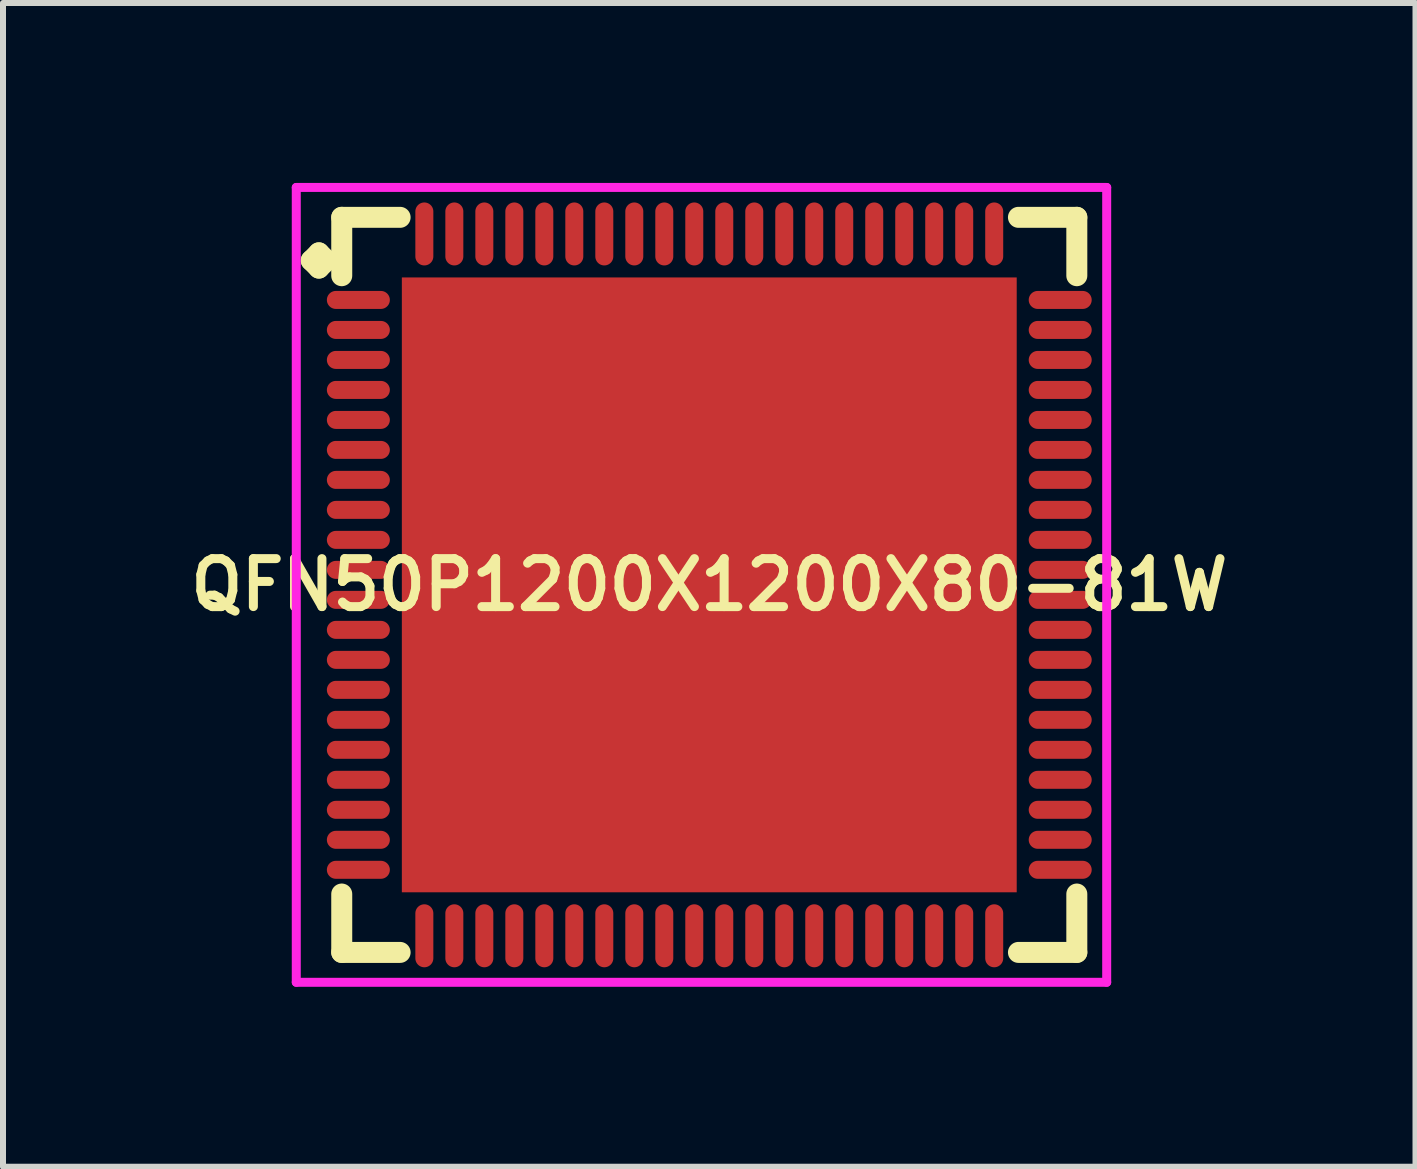
<source format=kicad_pcb>
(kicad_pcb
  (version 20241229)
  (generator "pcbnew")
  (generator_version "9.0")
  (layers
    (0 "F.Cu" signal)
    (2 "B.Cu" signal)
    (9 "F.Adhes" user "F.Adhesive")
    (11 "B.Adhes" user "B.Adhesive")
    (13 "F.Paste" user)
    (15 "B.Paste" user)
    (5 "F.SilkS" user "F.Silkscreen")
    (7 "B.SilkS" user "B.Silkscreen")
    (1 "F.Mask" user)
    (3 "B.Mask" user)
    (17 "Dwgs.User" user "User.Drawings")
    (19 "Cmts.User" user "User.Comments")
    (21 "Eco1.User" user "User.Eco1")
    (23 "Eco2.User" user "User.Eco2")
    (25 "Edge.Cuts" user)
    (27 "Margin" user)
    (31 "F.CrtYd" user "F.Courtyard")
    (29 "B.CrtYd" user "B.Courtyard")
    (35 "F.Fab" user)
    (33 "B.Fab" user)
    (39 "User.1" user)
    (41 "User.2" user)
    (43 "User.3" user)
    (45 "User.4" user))
  (footprint "QFN50P1200X1200X80-81W"
    (layer "F.Cu")
    (at 8.774 6.7)
    (property "Reference" "QFN50P1200X1200X80-81W" (at 0 0 0) (layer "F.SilkS") (effects (font (size 0.8 0.8) (thickness 0.15))))
    (attr smd)
    (fp_line (start -6.635 -5.408) (end -6.508 -5.535) (stroke (width 0.35) (type solid)) (layer "F.SilkS"))
    (fp_line (start -6.508 -5.535) (end -6.381 -5.408) (stroke (width 0.35) (type solid)) (layer "F.SilkS"))
    (fp_line (start -6.508 -5.281) (end -6.635 -5.408) (stroke (width 0.35) (type solid)) (layer "F.SilkS"))
    (fp_line (start -6.381 -5.408) (end -6.508 -5.281) (stroke (width 0.35) (type solid)) (layer "F.SilkS"))
    (fp_line (start -6.127 -6.127) (end -5.154 -6.127) (stroke (width 0.35) (type solid)) (layer "F.SilkS"))
    (fp_line (start -6.127 -5.154) (end -6.127 -6.127) (stroke (width 0.35) (type solid)) (layer "F.SilkS"))
    (fp_line (start -6.127 5.154) (end -6.127 6.127) (stroke (width 0.35) (type solid)) (layer "F.SilkS"))
    (fp_line (start -6.127 6.127) (end -5.154 6.127) (stroke (width 0.35) (type solid)) (layer "F.SilkS"))
    (fp_line (start 5.154 -6.127) (end 6.127 -6.127) (stroke (width 0.35) (type solid)) (layer "F.SilkS"))
    (fp_line (start 5.154 6.127) (end 6.127 6.127) (stroke (width 0.35) (type solid)) (layer "F.SilkS"))
    (fp_line (start 6.127 -6.127) (end 6.127 -5.154) (stroke (width 0.35) (type solid)) (layer "F.SilkS"))
    (fp_line (start 6.127 6.127) (end 6.127 5.154) (stroke (width 0.35) (type solid)) (layer "F.SilkS"))
    (fp_line (start -6.885 -6.625) (end 6.625 -6.625) (stroke (width 0.15) (type solid)) (layer "F.CrtYd"))
    (fp_line (start -6.885 6.625) (end -6.885 -6.625) (stroke (width 0.15) (type solid)) (layer "F.CrtYd"))
    (fp_line (start 6.625 -6.625) (end 6.625 6.625) (stroke (width 0.15) (type solid)) (layer "F.CrtYd"))
    (fp_line (start 6.625 6.625) (end -6.885 6.625) (stroke (width 0.15) (type solid)) (layer "F.CrtYd"))
    (pad "1" smd oval (at -5.85 -4.75) (size 1.05 0.3) (layers "F.Cu" "F.Mask" "F.Paste"))
    (pad "2" smd oval (at -5.85 -4.25) (size 1.05 0.3) (layers "F.Cu" "F.Mask" "F.Paste"))
    (pad "3" smd oval (at -5.85 -3.75) (size 1.05 0.3) (layers "F.Cu" "F.Mask" "F.Paste"))
    (pad "4" smd oval (at -5.85 -3.25) (size 1.05 0.3) (layers "F.Cu" "F.Mask" "F.Paste"))
    (pad "5" smd oval (at -5.85 -2.75) (size 1.05 0.3) (layers "F.Cu" "F.Mask" "F.Paste"))
    (pad "6" smd oval (at -5.85 -2.25) (size 1.05 0.3) (layers "F.Cu" "F.Mask" "F.Paste"))
    (pad "7" smd oval (at -5.85 -1.75) (size 1.05 0.3) (layers "F.Cu" "F.Mask" "F.Paste"))
    (pad "8" smd oval (at -5.85 -1.25) (size 1.05 0.3) (layers "F.Cu" "F.Mask" "F.Paste"))
    (pad "9" smd oval (at -5.85 -0.75) (size 1.05 0.3) (layers "F.Cu" "F.Mask" "F.Paste"))
    (pad "10" smd oval (at -5.85 -0.25) (size 1.05 0.3) (layers "F.Cu" "F.Mask" "F.Paste"))
    (pad "11" smd oval (at -5.85 0.25) (size 1.05 0.3) (layers "F.Cu" "F.Mask" "F.Paste"))
    (pad "12" smd oval (at -5.85 0.75) (size 1.05 0.3) (layers "F.Cu" "F.Mask" "F.Paste"))
    (pad "13" smd oval (at -5.85 1.25) (size 1.05 0.3) (layers "F.Cu" "F.Mask" "F.Paste"))
    (pad "14" smd oval (at -5.85 1.75) (size 1.05 0.3) (layers "F.Cu" "F.Mask" "F.Paste"))
    (pad "15" smd oval (at -5.85 2.25) (size 1.05 0.3) (layers "F.Cu" "F.Mask" "F.Paste"))
    (pad "16" smd oval (at -5.85 2.75) (size 1.05 0.3) (layers "F.Cu" "F.Mask" "F.Paste"))
    (pad "17" smd oval (at -5.85 3.25) (size 1.05 0.3) (layers "F.Cu" "F.Mask" "F.Paste"))
    (pad "18" smd oval (at -5.85 3.75) (size 1.05 0.3) (layers "F.Cu" "F.Mask" "F.Paste"))
    (pad "19" smd oval (at -5.85 4.25) (size 1.05 0.3) (layers "F.Cu" "F.Mask" "F.Paste"))
    (pad "20" smd oval (at -5.85 4.75) (size 1.05 0.3) (layers "F.Cu" "F.Mask" "F.Paste"))
    (pad "21" smd oval (at -4.75 5.85) (size 0.3 1.05) (layers "F.Cu" "F.Mask" "F.Paste"))
    (pad "22" smd oval (at -4.25 5.85) (size 0.3 1.05) (layers "F.Cu" "F.Mask" "F.Paste"))
    (pad "23" smd oval (at -3.75 5.85) (size 0.3 1.05) (layers "F.Cu" "F.Mask" "F.Paste"))
    (pad "24" smd oval (at -3.25 5.85) (size 0.3 1.05) (layers "F.Cu" "F.Mask" "F.Paste"))
    (pad "25" smd oval (at -2.75 5.85) (size 0.3 1.05) (layers "F.Cu" "F.Mask" "F.Paste"))
    (pad "26" smd oval (at -2.25 5.85) (size 0.3 1.05) (layers "F.Cu" "F.Mask" "F.Paste"))
    (pad "27" smd oval (at -1.75 5.85) (size 0.3 1.05) (layers "F.Cu" "F.Mask" "F.Paste"))
    (pad "28" smd oval (at -1.25 5.85) (size 0.3 1.05) (layers "F.Cu" "F.Mask" "F.Paste"))
    (pad "29" smd oval (at -0.75 5.85) (size 0.3 1.05) (layers "F.Cu" "F.Mask" "F.Paste"))
    (pad "30" smd oval (at -0.25 5.85) (size 0.3 1.05) (layers "F.Cu" "F.Mask" "F.Paste"))
    (pad "31" smd oval (at 0.25 5.85) (size 0.3 1.05) (layers "F.Cu" "F.Mask" "F.Paste"))
    (pad "32" smd oval (at 0.75 5.85) (size 0.3 1.05) (layers "F.Cu" "F.Mask" "F.Paste"))
    (pad "33" smd oval (at 1.25 5.85) (size 0.3 1.05) (layers "F.Cu" "F.Mask" "F.Paste"))
    (pad "34" smd oval (at 1.75 5.85) (size 0.3 1.05) (layers "F.Cu" "F.Mask" "F.Paste"))
    (pad "35" smd oval (at 2.25 5.85) (size 0.3 1.05) (layers "F.Cu" "F.Mask" "F.Paste"))
    (pad "36" smd oval (at 2.75 5.85) (size 0.3 1.05) (layers "F.Cu" "F.Mask" "F.Paste"))
    (pad "37" smd oval (at 3.25 5.85) (size 0.3 1.05) (layers "F.Cu" "F.Mask" "F.Paste"))
    (pad "38" smd oval (at 3.75 5.85) (size 0.3 1.05) (layers "F.Cu" "F.Mask" "F.Paste"))
    (pad "39" smd oval (at 4.25 5.85) (size 0.3 1.05) (layers "F.Cu" "F.Mask" "F.Paste"))
    (pad "40" smd oval (at 4.75 5.85) (size 0.3 1.05) (layers "F.Cu" "F.Mask" "F.Paste"))
    (pad "41" smd oval (at 5.85 4.75) (size 1.05 0.3) (layers "F.Cu" "F.Mask" "F.Paste"))
    (pad "42" smd oval (at 5.85 4.25) (size 1.05 0.3) (layers "F.Cu" "F.Mask" "F.Paste"))
    (pad "43" smd oval (at 5.85 3.75) (size 1.05 0.3) (layers "F.Cu" "F.Mask" "F.Paste"))
    (pad "44" smd oval (at 5.85 3.25) (size 1.05 0.3) (layers "F.Cu" "F.Mask" "F.Paste"))
    (pad "45" smd oval (at 5.85 2.75) (size 1.05 0.3) (layers "F.Cu" "F.Mask" "F.Paste"))
    (pad "46" smd oval (at 5.85 2.25) (size 1.05 0.3) (layers "F.Cu" "F.Mask" "F.Paste"))
    (pad "47" smd oval (at 5.85 1.75) (size 1.05 0.3) (layers "F.Cu" "F.Mask" "F.Paste"))
    (pad "48" smd oval (at 5.85 1.25) (size 1.05 0.3) (layers "F.Cu" "F.Mask" "F.Paste"))
    (pad "49" smd oval (at 5.85 0.75) (size 1.05 0.3) (layers "F.Cu" "F.Mask" "F.Paste"))
    (pad "50" smd oval (at 5.85 0.25) (size 1.05 0.3) (layers "F.Cu" "F.Mask" "F.Paste"))
    (pad "51" smd oval (at 5.85 -0.25) (size 1.05 0.3) (layers "F.Cu" "F.Mask" "F.Paste"))
    (pad "52" smd oval (at 5.85 -0.75) (size 1.05 0.3) (layers "F.Cu" "F.Mask" "F.Paste"))
    (pad "53" smd oval (at 5.85 -1.25) (size 1.05 0.3) (layers "F.Cu" "F.Mask" "F.Paste"))
    (pad "54" smd oval (at 5.85 -1.75) (size 1.05 0.3) (layers "F.Cu" "F.Mask" "F.Paste"))
    (pad "55" smd oval (at 5.85 -2.25) (size 1.05 0.3) (layers "F.Cu" "F.Mask" "F.Paste"))
    (pad "56" smd oval (at 5.85 -2.75) (size 1.05 0.3) (layers "F.Cu" "F.Mask" "F.Paste"))
    (pad "57" smd oval (at 5.85 -3.25) (size 1.05 0.3) (layers "F.Cu" "F.Mask" "F.Paste"))
    (pad "58" smd oval (at 5.85 -3.75) (size 1.05 0.3) (layers "F.Cu" "F.Mask" "F.Paste"))
    (pad "59" smd oval (at 5.85 -4.25) (size 1.05 0.3) (layers "F.Cu" "F.Mask" "F.Paste"))
    (pad "60" smd oval (at 5.85 -4.75) (size 1.05 0.3) (layers "F.Cu" "F.Mask" "F.Paste"))
    (pad "61" smd oval (at 4.75 -5.85) (size 0.3 1.05) (layers "F.Cu" "F.Mask" "F.Paste"))
    (pad "62" smd oval (at 4.25 -5.85) (size 0.3 1.05) (layers "F.Cu" "F.Mask" "F.Paste"))
    (pad "63" smd oval (at 3.75 -5.85) (size 0.3 1.05) (layers "F.Cu" "F.Mask" "F.Paste"))
    (pad "64" smd oval (at 3.25 -5.85) (size 0.3 1.05) (layers "F.Cu" "F.Mask" "F.Paste"))
    (pad "65" smd oval (at 2.75 -5.85) (size 0.3 1.05) (layers "F.Cu" "F.Mask" "F.Paste"))
    (pad "66" smd oval (at 2.25 -5.85) (size 0.3 1.05) (layers "F.Cu" "F.Mask" "F.Paste"))
    (pad "67" smd oval (at 1.75 -5.85) (size 0.3 1.05) (layers "F.Cu" "F.Mask" "F.Paste"))
    (pad "68" smd oval (at 1.25 -5.85) (size 0.3 1.05) (layers "F.Cu" "F.Mask" "F.Paste"))
    (pad "69" smd oval (at 0.75 -5.85) (size 0.3 1.05) (layers "F.Cu" "F.Mask" "F.Paste"))
    (pad "70" smd oval (at 0.25 -5.85) (size 0.3 1.05) (layers "F.Cu" "F.Mask" "F.Paste"))
    (pad "71" smd oval (at -0.25 -5.85) (size 0.3 1.05) (layers "F.Cu" "F.Mask" "F.Paste"))
    (pad "72" smd oval (at -0.75 -5.85) (size 0.3 1.05) (layers "F.Cu" "F.Mask" "F.Paste"))
    (pad "73" smd oval (at -1.25 -5.85) (size 0.3 1.05) (layers "F.Cu" "F.Mask" "F.Paste"))
    (pad "74" smd oval (at -1.75 -5.85) (size 0.3 1.05) (layers "F.Cu" "F.Mask" "F.Paste"))
    (pad "75" smd oval (at -2.25 -5.85) (size 0.3 1.05) (layers "F.Cu" "F.Mask" "F.Paste"))
    (pad "76" smd oval (at -2.75 -5.85) (size 0.3 1.05) (layers "F.Cu" "F.Mask" "F.Paste"))
    (pad "77" smd oval (at -3.25 -5.85) (size 0.3 1.05) (layers "F.Cu" "F.Mask" "F.Paste"))
    (pad "78" smd oval (at -3.75 -5.85) (size 0.3 1.05) (layers "F.Cu" "F.Mask" "F.Paste"))
    (pad "79" smd oval (at -4.25 -5.85) (size 0.3 1.05) (layers "F.Cu" "F.Mask" "F.Paste"))
    (pad "80" smd oval (at -4.75 -5.85) (size 0.3 1.05) (layers "F.Cu" "F.Mask" "F.Paste"))
    (pad "81" smd rect (at 0 0) (size 10.25 10.25) (layers "F.Cu" "F.Mask" "F.Paste")))
  (gr_rect
    (start -3 -3)
    (end 20.547 16.4)
    (stroke (width 0.1) (type default))
    (fill no)
    (layer "Edge.Cuts")))
</source>
